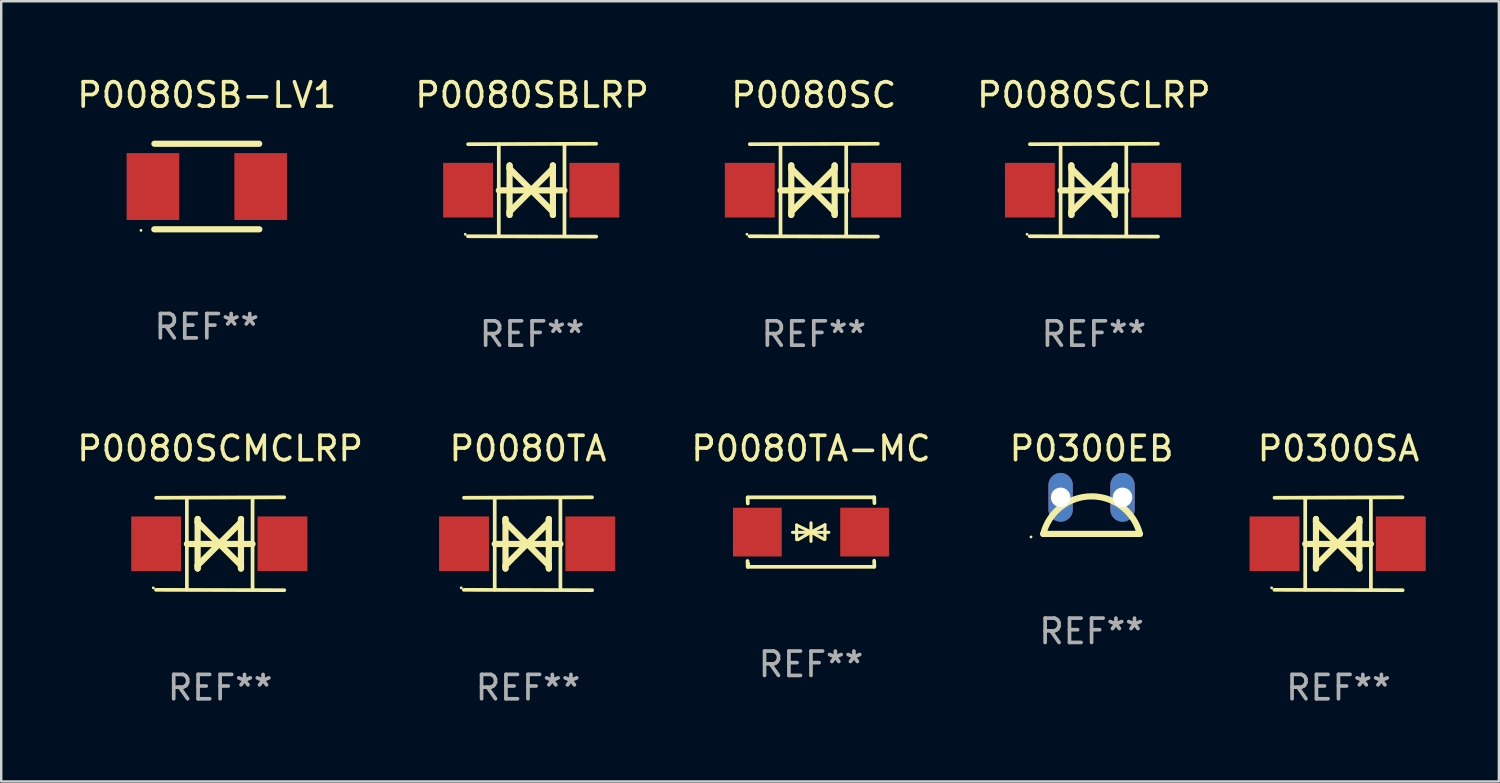
<source format=kicad_pcb>
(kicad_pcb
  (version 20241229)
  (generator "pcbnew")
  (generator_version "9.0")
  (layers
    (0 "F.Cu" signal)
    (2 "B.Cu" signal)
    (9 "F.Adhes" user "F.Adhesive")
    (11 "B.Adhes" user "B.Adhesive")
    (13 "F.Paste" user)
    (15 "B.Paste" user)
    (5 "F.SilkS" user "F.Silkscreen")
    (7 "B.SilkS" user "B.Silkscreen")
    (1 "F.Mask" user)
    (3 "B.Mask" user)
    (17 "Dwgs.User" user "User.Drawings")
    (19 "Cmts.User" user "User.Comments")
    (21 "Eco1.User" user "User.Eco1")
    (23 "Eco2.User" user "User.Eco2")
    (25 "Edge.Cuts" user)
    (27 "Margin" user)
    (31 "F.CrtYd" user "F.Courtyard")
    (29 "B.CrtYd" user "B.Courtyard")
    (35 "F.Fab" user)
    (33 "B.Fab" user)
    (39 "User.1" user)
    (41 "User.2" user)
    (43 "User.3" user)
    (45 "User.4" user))
  (footprint "P0080SBLRP"
    (layer "F.Cu")
    (at 18.78 4.753)
    (property "Reference" "P0080SBLRP" (at 0 -3.905 0) (layer "F.SilkS") (effects (font (size 1 1) (thickness 0.15))))
    (attr through_hole)
    (fp_line (start -1.365 1.886) (end -1.365 -1.886) (stroke (width 0.152) (type solid)) (layer "F.SilkS"))
    (fp_line (start -1.365 0.008) (end 1.33 0.008) (stroke (width 0.254) (type solid)) (layer "F.SilkS"))
    (fp_line (start -0.923 -1.016) (end -0.923 1.016) (stroke (width 0.254) (type solid)) (layer "F.SilkS"))
    (fp_line (start -0.923 -0.889) (end -0.923 -1.016) (stroke (width 0.254) (type solid)) (layer "F.SilkS"))
    (fp_line (start -0.923 0.889) (end -0.034 0) (stroke (width 0.254) (type solid)) (layer "F.SilkS"))
    (fp_line (start -0.923 1.016) (end -0.923 0.889) (stroke (width 0.254) (type solid)) (layer "F.SilkS"))
    (fp_line (start -0.034 0) (end -0.923 -0.889) (stroke (width 0.254) (type solid)) (layer "F.SilkS"))
    (fp_line (start -0.034 0) (end 0.855 0.889) (stroke (width 0.254) (type solid)) (layer "F.SilkS"))
    (fp_line (start 0.855 -1.016) (end 0.855 -0.889) (stroke (width 0.254) (type solid)) (layer "F.SilkS"))
    (fp_line (start 0.855 -0.889) (end -0.034 0) (stroke (width 0.254) (type solid)) (layer "F.SilkS"))
    (fp_line (start 0.855 0.889) (end 0.855 1.016) (stroke (width 0.254) (type solid)) (layer "F.SilkS"))
    (fp_line (start 0.855 1.016) (end 0.855 -1.016) (stroke (width 0.254) (type solid)) (layer "F.SilkS"))
    (fp_line (start 1.33 1.886) (end 1.33 -1.886) (stroke (width 0.152) (type solid)) (layer "F.SilkS"))
    (fp_line (start 2.629 -1.905) (end -2.625 -1.887) (stroke (width 0.152) (type solid)) (layer "F.SilkS"))
    (fp_line (start 2.633 1.905) (end -2.633 1.89) (stroke (width 0.152) (type solid)) (layer "F.SilkS"))
    (fp_circle (center -2.741 1.81) (end -2.711 1.81) (stroke (width 0.06) (type solid)) (fill no) (layer "F.SilkS"))
    (fp_text user "REF**" (at 0 5.905 0) (layer "F.Fab") (effects (font (size 1 1) (thickness 0.15))))
    (pad "1" smd rect (at -2.625 0) (size 2.047 2.241) (layers "F.Cu" "F.Mask" "F.Paste"))
    (pad "2" smd rect (at 2.557 0) (size 2.047 2.241) (layers "F.Cu" "F.Mask" "F.Paste")))
  (footprint "P0080SB-LV1"
    (layer "F.Cu")
    (at 5.435 4.603)
    (property "Reference" "P0080SB-LV1" (at 0 -3.755 0) (layer "F.SilkS") (effects (font (size 1 1) (thickness 0.15))))
    (attr through_hole)
    (fp_line (start -2.15 -1.755) (end 2.15 -1.755) (stroke (width 0.254) (type solid)) (layer "F.SilkS"))
    (fp_line (start 2.155 1.755) (end -2.155 1.755) (stroke (width 0.254) (type solid)) (layer "F.SilkS"))
    (fp_circle (center -2.7 1.8) (end -2.67 1.8) (stroke (width 0.06) (type solid)) (fill no) (layer "F.SilkS"))
    (fp_text user "REF**" (at 0 5.755 0) (layer "F.Fab") (effects (font (size 1 1) (thickness 0.15))))
    (pad "1" smd rect (at -2.21 0) (size 2.159 2.743) (layers "F.Cu" "F.Mask" "F.Paste"))
    (pad "2" smd rect (at 2.21 0) (size 2.159 2.743) (layers "F.Cu" "F.Mask" "F.Paste")))
  (footprint "P0300EB"
    (layer "F.Cu")
    (at 41.736 18.105)
    (property "Reference" "P0300EB" (at 0 -2.75 0) (layer "F.SilkS") (effects (font (size 1 1) (thickness 0.15))))
    (attr through_hole)
    (fp_line (start 1.98 0.75) (end -1.98 0.75) (stroke (width 0.254) (type solid)) (layer "F.SilkS"))
    (fp_arc (start -1.981204 0.751206) (mid 0 -0.789989) (end 1.981204 0.751207) (stroke (width 0.254001) (type solid)) (layer "F.SilkS"))
    (fp_circle (center -2.484 0.877) (end -2.454 0.877) (stroke (width 0.06) (type solid)) (fill no) (layer "F.SilkS"))
    (fp_text user "REF**" (at 0 4.75 0) (layer "F.Fab") (effects (font (size 1 1) (thickness 0.15))))
    (pad "1" thru_hole oval (at -1.27 -0.75 270) (size 2 1) (drill 0.8) (layers "*.Cu" "*.Mask"))
    (pad "2" thru_hole oval (at 1.27 -0.75 270) (size 2 1) (drill 0.8) (layers "*.Cu" "*.Mask")))
  (footprint "P0300SA"
    (layer "F.Cu")
    (at 51.867 19.26)
    (property "Reference" "P0300SA" (at 0 -3.905 0) (layer "F.SilkS") (effects (font (size 1 1) (thickness 0.15))))
    (attr through_hole)
    (fp_line (start -1.365 1.886) (end -1.365 -1.886) (stroke (width 0.152) (type solid)) (layer "F.SilkS"))
    (fp_line (start -1.365 0.008) (end 1.33 0.008) (stroke (width 0.254) (type solid)) (layer "F.SilkS"))
    (fp_line (start -0.923 -1.016) (end -0.923 1.016) (stroke (width 0.254) (type solid)) (layer "F.SilkS"))
    (fp_line (start -0.923 -0.889) (end -0.923 -1.016) (stroke (width 0.254) (type solid)) (layer "F.SilkS"))
    (fp_line (start -0.923 0.889) (end -0.034 0) (stroke (width 0.254) (type solid)) (layer "F.SilkS"))
    (fp_line (start -0.923 1.016) (end -0.923 0.889) (stroke (width 0.254) (type solid)) (layer "F.SilkS"))
    (fp_line (start -0.034 0) (end -0.923 -0.889) (stroke (width 0.254) (type solid)) (layer "F.SilkS"))
    (fp_line (start -0.034 0) (end 0.855 0.889) (stroke (width 0.254) (type solid)) (layer "F.SilkS"))
    (fp_line (start 0.855 -1.016) (end 0.855 -0.889) (stroke (width 0.254) (type solid)) (layer "F.SilkS"))
    (fp_line (start 0.855 -0.889) (end -0.034 0) (stroke (width 0.254) (type solid)) (layer "F.SilkS"))
    (fp_line (start 0.855 0.889) (end 0.855 1.016) (stroke (width 0.254) (type solid)) (layer "F.SilkS"))
    (fp_line (start 0.855 1.016) (end 0.855 -1.016) (stroke (width 0.254) (type solid)) (layer "F.SilkS"))
    (fp_line (start 1.33 1.886) (end 1.33 -1.886) (stroke (width 0.152) (type solid)) (layer "F.SilkS"))
    (fp_line (start 2.629 -1.905) (end -2.625 -1.887) (stroke (width 0.152) (type solid)) (layer "F.SilkS"))
    (fp_line (start 2.633 1.905) (end -2.633 1.89) (stroke (width 0.152) (type solid)) (layer "F.SilkS"))
    (fp_circle (center -2.741 1.81) (end -2.711 1.81) (stroke (width 0.06) (type solid)) (fill no) (layer "F.SilkS"))
    (fp_text user "REF**" (at 0 5.905 0) (layer "F.Fab") (effects (font (size 1 1) (thickness 0.15))))
    (pad "1" smd rect (at -2.625 0) (size 2.047 2.241) (layers "F.Cu" "F.Mask" "F.Paste"))
    (pad "2" smd rect (at 2.557 0) (size 2.047 2.241) (layers "F.Cu" "F.Mask" "F.Paste")))
  (footprint "P0080SC"
    (layer "F.Cu")
    (at 30.339 4.753)
    (property "Reference" "P0080SC" (at 0 -3.905 0) (layer "F.SilkS") (effects (font (size 1 1) (thickness 0.15))))
    (attr through_hole)
    (fp_line (start -1.365 1.886) (end -1.365 -1.886) (stroke (width 0.152) (type solid)) (layer "F.SilkS"))
    (fp_line (start -1.365 0.008) (end 1.33 0.008) (stroke (width 0.254) (type solid)) (layer "F.SilkS"))
    (fp_line (start -0.923 -1.016) (end -0.923 1.016) (stroke (width 0.254) (type solid)) (layer "F.SilkS"))
    (fp_line (start -0.923 -0.889) (end -0.923 -1.016) (stroke (width 0.254) (type solid)) (layer "F.SilkS"))
    (fp_line (start -0.923 0.889) (end -0.034 0) (stroke (width 0.254) (type solid)) (layer "F.SilkS"))
    (fp_line (start -0.923 1.016) (end -0.923 0.889) (stroke (width 0.254) (type solid)) (layer "F.SilkS"))
    (fp_line (start -0.034 0) (end -0.923 -0.889) (stroke (width 0.254) (type solid)) (layer "F.SilkS"))
    (fp_line (start -0.034 0) (end 0.855 0.889) (stroke (width 0.254) (type solid)) (layer "F.SilkS"))
    (fp_line (start 0.855 -1.016) (end 0.855 -0.889) (stroke (width 0.254) (type solid)) (layer "F.SilkS"))
    (fp_line (start 0.855 -0.889) (end -0.034 0) (stroke (width 0.254) (type solid)) (layer "F.SilkS"))
    (fp_line (start 0.855 0.889) (end 0.855 1.016) (stroke (width 0.254) (type solid)) (layer "F.SilkS"))
    (fp_line (start 0.855 1.016) (end 0.855 -1.016) (stroke (width 0.254) (type solid)) (layer "F.SilkS"))
    (fp_line (start 1.33 1.886) (end 1.33 -1.886) (stroke (width 0.152) (type solid)) (layer "F.SilkS"))
    (fp_line (start 2.629 -1.905) (end -2.625 -1.887) (stroke (width 0.152) (type solid)) (layer "F.SilkS"))
    (fp_line (start 2.633 1.905) (end -2.633 1.89) (stroke (width 0.152) (type solid)) (layer "F.SilkS"))
    (fp_circle (center -2.741 1.81) (end -2.711 1.81) (stroke (width 0.06) (type solid)) (fill no) (layer "F.SilkS"))
    (fp_text user "REF**" (at 0 5.905 0) (layer "F.Fab") (effects (font (size 1 1) (thickness 0.15))))
    (pad "1" smd rect (at -2.625 0) (size 2.047 2.241) (layers "F.Cu" "F.Mask" "F.Paste"))
    (pad "2" smd rect (at 2.557 0) (size 2.047 2.241) (layers "F.Cu" "F.Mask" "F.Paste")))
  (footprint "P0080TA"
    (layer "F.Cu")
    (at 18.613 19.26)
    (property "Reference" "P0080TA" (at 0 -3.905 0) (layer "F.SilkS") (effects (font (size 1 1) (thickness 0.15))))
    (attr through_hole)
    (fp_line (start -1.365 1.886) (end -1.365 -1.886) (stroke (width 0.152) (type solid)) (layer "F.SilkS"))
    (fp_line (start -1.365 0.008) (end 1.33 0.008) (stroke (width 0.254) (type solid)) (layer "F.SilkS"))
    (fp_line (start -0.923 -1.016) (end -0.923 1.016) (stroke (width 0.254) (type solid)) (layer "F.SilkS"))
    (fp_line (start -0.923 -0.889) (end -0.923 -1.016) (stroke (width 0.254) (type solid)) (layer "F.SilkS"))
    (fp_line (start -0.923 0.889) (end -0.034 0) (stroke (width 0.254) (type solid)) (layer "F.SilkS"))
    (fp_line (start -0.923 1.016) (end -0.923 0.889) (stroke (width 0.254) (type solid)) (layer "F.SilkS"))
    (fp_line (start -0.034 0) (end -0.923 -0.889) (stroke (width 0.254) (type solid)) (layer "F.SilkS"))
    (fp_line (start -0.034 0) (end 0.855 0.889) (stroke (width 0.254) (type solid)) (layer "F.SilkS"))
    (fp_line (start 0.855 -1.016) (end 0.855 -0.889) (stroke (width 0.254) (type solid)) (layer "F.SilkS"))
    (fp_line (start 0.855 -0.889) (end -0.034 0) (stroke (width 0.254) (type solid)) (layer "F.SilkS"))
    (fp_line (start 0.855 0.889) (end 0.855 1.016) (stroke (width 0.254) (type solid)) (layer "F.SilkS"))
    (fp_line (start 0.855 1.016) (end 0.855 -1.016) (stroke (width 0.254) (type solid)) (layer "F.SilkS"))
    (fp_line (start 1.33 1.886) (end 1.33 -1.886) (stroke (width 0.152) (type solid)) (layer "F.SilkS"))
    (fp_line (start 2.629 -1.905) (end -2.625 -1.887) (stroke (width 0.152) (type solid)) (layer "F.SilkS"))
    (fp_line (start 2.633 1.905) (end -2.633 1.89) (stroke (width 0.152) (type solid)) (layer "F.SilkS"))
    (fp_circle (center -2.741 1.81) (end -2.711 1.81) (stroke (width 0.06) (type solid)) (fill no) (layer "F.SilkS"))
    (fp_text user "REF**" (at 0 5.905 0) (layer "F.Fab") (effects (font (size 1 1) (thickness 0.15))))
    (pad "1" smd rect (at -2.625 0) (size 2.047 2.241) (layers "F.Cu" "F.Mask" "F.Paste"))
    (pad "2" smd rect (at 2.557 0) (size 2.047 2.241) (layers "F.Cu" "F.Mask" "F.Paste")))
  (footprint "P0080SCMCLRP"
    (layer "F.Cu")
    (at 5.982 19.26)
    (property "Reference" "P0080SCMCLRP" (at 0 -3.905 0) (layer "F.SilkS") (effects (font (size 1 1) (thickness 0.15))))
    (attr through_hole)
    (fp_line (start -1.365 1.886) (end -1.365 -1.886) (stroke (width 0.152) (type solid)) (layer "F.SilkS"))
    (fp_line (start -1.365 0.008) (end 1.33 0.008) (stroke (width 0.254) (type solid)) (layer "F.SilkS"))
    (fp_line (start -0.923 -1.016) (end -0.923 1.016) (stroke (width 0.254) (type solid)) (layer "F.SilkS"))
    (fp_line (start -0.923 -0.889) (end -0.923 -1.016) (stroke (width 0.254) (type solid)) (layer "F.SilkS"))
    (fp_line (start -0.923 0.889) (end -0.034 0) (stroke (width 0.254) (type solid)) (layer "F.SilkS"))
    (fp_line (start -0.923 1.016) (end -0.923 0.889) (stroke (width 0.254) (type solid)) (layer "F.SilkS"))
    (fp_line (start -0.034 0) (end -0.923 -0.889) (stroke (width 0.254) (type solid)) (layer "F.SilkS"))
    (fp_line (start -0.034 0) (end 0.855 0.889) (stroke (width 0.254) (type solid)) (layer "F.SilkS"))
    (fp_line (start 0.855 -1.016) (end 0.855 -0.889) (stroke (width 0.254) (type solid)) (layer "F.SilkS"))
    (fp_line (start 0.855 -0.889) (end -0.034 0) (stroke (width 0.254) (type solid)) (layer "F.SilkS"))
    (fp_line (start 0.855 0.889) (end 0.855 1.016) (stroke (width 0.254) (type solid)) (layer "F.SilkS"))
    (fp_line (start 0.855 1.016) (end 0.855 -1.016) (stroke (width 0.254) (type solid)) (layer "F.SilkS"))
    (fp_line (start 1.33 1.886) (end 1.33 -1.886) (stroke (width 0.152) (type solid)) (layer "F.SilkS"))
    (fp_line (start 2.629 -1.905) (end -2.625 -1.887) (stroke (width 0.152) (type solid)) (layer "F.SilkS"))
    (fp_line (start 2.633 1.905) (end -2.633 1.89) (stroke (width 0.152) (type solid)) (layer "F.SilkS"))
    (fp_circle (center -2.741 1.81) (end -2.711 1.81) (stroke (width 0.06) (type solid)) (fill no) (layer "F.SilkS"))
    (fp_text user "REF**" (at 0 5.905 0) (layer "F.Fab") (effects (font (size 1 1) (thickness 0.15))))
    (pad "1" smd rect (at -2.625 0) (size 2.047 2.241) (layers "F.Cu" "F.Mask" "F.Paste"))
    (pad "2" smd rect (at 2.557 0) (size 2.047 2.241) (layers "F.Cu" "F.Mask" "F.Paste")))
  (footprint "P0080SCLRP"
    (layer "F.Cu")
    (at 41.831 4.753)
    (property "Reference" "P0080SCLRP" (at 0 -3.905 0) (layer "F.SilkS") (effects (font (size 1 1) (thickness 0.15))))
    (attr through_hole)
    (fp_line (start -1.365 1.886) (end -1.365 -1.886) (stroke (width 0.152) (type solid)) (layer "F.SilkS"))
    (fp_line (start -1.365 0.008) (end 1.33 0.008) (stroke (width 0.254) (type solid)) (layer "F.SilkS"))
    (fp_line (start -0.923 -1.016) (end -0.923 1.016) (stroke (width 0.254) (type solid)) (layer "F.SilkS"))
    (fp_line (start -0.923 -0.889) (end -0.923 -1.016) (stroke (width 0.254) (type solid)) (layer "F.SilkS"))
    (fp_line (start -0.923 0.889) (end -0.034 0) (stroke (width 0.254) (type solid)) (layer "F.SilkS"))
    (fp_line (start -0.923 1.016) (end -0.923 0.889) (stroke (width 0.254) (type solid)) (layer "F.SilkS"))
    (fp_line (start -0.034 0) (end -0.923 -0.889) (stroke (width 0.254) (type solid)) (layer "F.SilkS"))
    (fp_line (start -0.034 0) (end 0.855 0.889) (stroke (width 0.254) (type solid)) (layer "F.SilkS"))
    (fp_line (start 0.855 -1.016) (end 0.855 -0.889) (stroke (width 0.254) (type solid)) (layer "F.SilkS"))
    (fp_line (start 0.855 -0.889) (end -0.034 0) (stroke (width 0.254) (type solid)) (layer "F.SilkS"))
    (fp_line (start 0.855 0.889) (end 0.855 1.016) (stroke (width 0.254) (type solid)) (layer "F.SilkS"))
    (fp_line (start 0.855 1.016) (end 0.855 -1.016) (stroke (width 0.254) (type solid)) (layer "F.SilkS"))
    (fp_line (start 1.33 1.886) (end 1.33 -1.886) (stroke (width 0.152) (type solid)) (layer "F.SilkS"))
    (fp_line (start 2.629 -1.905) (end -2.625 -1.887) (stroke (width 0.152) (type solid)) (layer "F.SilkS"))
    (fp_line (start 2.633 1.905) (end -2.633 1.89) (stroke (width 0.152) (type solid)) (layer "F.SilkS"))
    (fp_circle (center -2.741 1.81) (end -2.711 1.81) (stroke (width 0.06) (type solid)) (fill no) (layer "F.SilkS"))
    (fp_text user "REF**" (at 0 5.905 0) (layer "F.Fab") (effects (font (size 1 1) (thickness 0.15))))
    (pad "1" smd rect (at -2.625 0) (size 2.047 2.241) (layers "F.Cu" "F.Mask" "F.Paste"))
    (pad "2" smd rect (at 2.557 0) (size 2.047 2.241) (layers "F.Cu" "F.Mask" "F.Paste")))
  (footprint "P0080TA-MC"
    (layer "F.Cu")
    (at 30.224 18.781)
    (property "Reference" "P0080TA-MC" (at 0 -3.426 0) (layer "F.SilkS") (effects (font (size 1 1) (thickness 0.15))))
    (attr through_hole)
    (fp_line (start -2.596 -1.426) (end 2.596 -1.426) (stroke (width 0.152) (type solid)) (layer "F.SilkS"))
    (fp_line (start -2.596 1.426) (end -2.603 1.187) (stroke (width 0.152) (type solid)) (layer "F.SilkS"))
    (fp_line (start -2.596 1.426) (end 2.596 1.426) (stroke (width 0.152) (type solid)) (layer "F.SilkS"))
    (fp_line (start -2.593 -1.176) (end -2.6 -1.415) (stroke (width 0.152) (type solid)) (layer "F.SilkS"))
    (fp_line (start -0.758 0.011) (end 0.732 0.011) (stroke (width 0.127) (type solid)) (layer "F.SilkS"))
    (fp_line (start -0.588 -0.289) (end -0.588 0.311) (stroke (width 0.127) (type solid)) (layer "F.SilkS"))
    (fp_line (start -0.588 -0.289) (end 0 0) (stroke (width 0.127) (type solid)) (layer "F.SilkS"))
    (fp_line (start -0.528 0.311) (end 0 0) (stroke (width 0.127) (type solid)) (layer "F.SilkS"))
    (fp_line (start 0 0) (end 0 -0.381) (stroke (width 0.127) (type solid)) (layer "F.SilkS"))
    (fp_line (start 0 0) (end 0 0.381) (stroke (width 0.127) (type solid)) (layer "F.SilkS"))
    (fp_line (start 0.542 0.301) (end 0 0) (stroke (width 0.127) (type solid)) (layer "F.SilkS"))
    (fp_line (start 0.572 -0.299) (end 0 0) (stroke (width 0.127) (type solid)) (layer "F.SilkS"))
    (fp_line (start 0.572 -0.299) (end 0.572 0.301) (stroke (width 0.127) (type solid)) (layer "F.SilkS"))
    (fp_line (start 2.593 1.176) (end 2.6 1.415) (stroke (width 0.152) (type solid)) (layer "F.SilkS"))
    (fp_line (start 2.596 -1.426) (end 2.603 -1.187) (stroke (width 0.152) (type solid)) (layer "F.SilkS"))
    (fp_circle (center -2.55 1.3) (end -2.52 1.3) (stroke (width 0.06) (type solid)) (fill no) (layer "F.SilkS"))
    (fp_text user "REF**" (at 0 5.426 0) (layer "F.Fab") (effects (font (size 1 1) (thickness 0.15))))
    (pad "1" smd rect (at -2.2 0 180) (size 2 2) (layers "F.Cu" "F.Mask" "F.Paste"))
    (pad "2" smd rect (at 2.2 0 180) (size 2 2) (layers "F.Cu" "F.Mask" "F.Paste")))
  (gr_rect
    (start -3 -3)
    (end 58.448 29.013)
    (stroke (width 0.1) (type default))
    (fill no)
    (layer "Edge.Cuts")))
</source>
